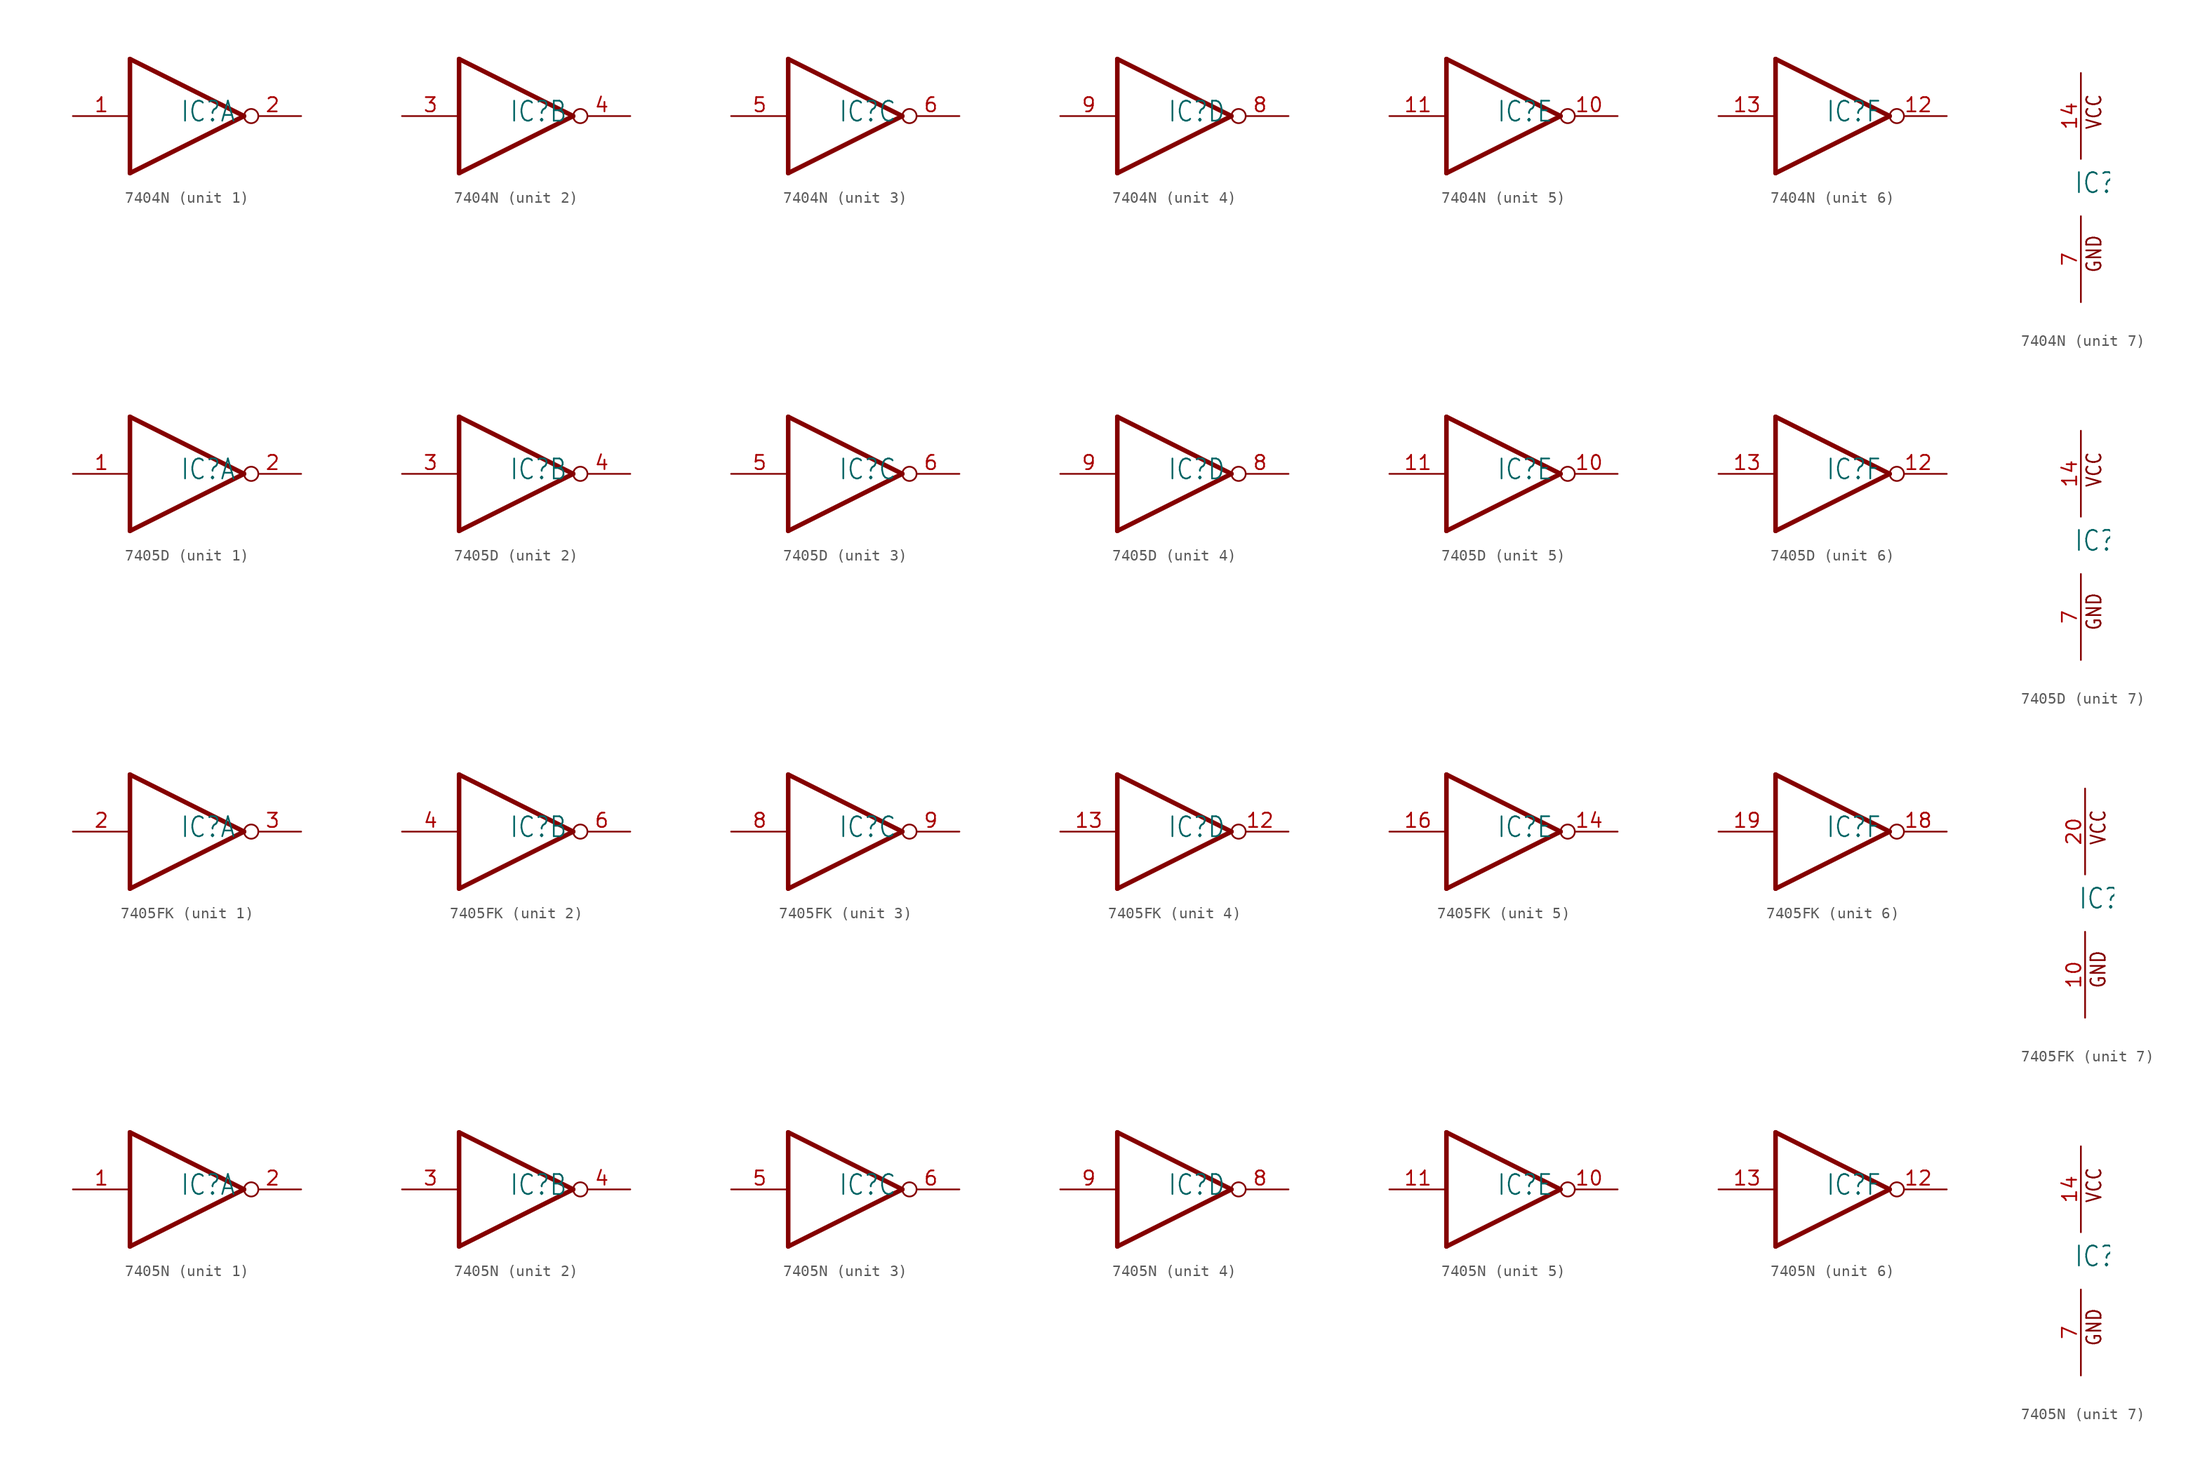
<source format=kicad_sym>
(kicad_symbol_lib
  (version 20220914)
  (generator kicad_symbol_editor)
  (symbol "7404N"
    (property "Reference" "IC"
      (at -0.635 -0.635 0)
      (effects (font (size 1.778 1.511)) (justify left bottom)))
    (property "ki_locked" ""
      (at 0 0 0)
      (effects (font (size 1.27 1.27))))
    (symbol "7404N_1_0"
      (polyline (pts (xy -5.08 -5.08) (xy -5.08 5.08)) (stroke (width 0.406) (type default)) (fill (type none)))
      (polyline (pts (xy -5.08 5.08) (xy 5.08 0)) (stroke (width 0.406) (type default)) (fill (type none)))
      (polyline (pts (xy 5.08 0) (xy -5.08 -5.08)) (stroke (width 0.406) (type default)) (fill (type none)))
      (pin input line (at -10.16 0 0) (length 5.08) (name "I" (effects (font (size 0 0)))) (number "1" (effects (font (size 1.27 1.27)))))
      (pin output inverted (at 10.16 0 180) (length 5.08) (name "O" (effects (font (size 0 0)))) (number "2" (effects (font (size 1.27 1.27))))))
    (symbol "7404N_2_0"
      (polyline (pts (xy -5.08 -5.08) (xy -5.08 5.08)) (stroke (width 0.406) (type default)) (fill (type none)))
      (polyline (pts (xy -5.08 5.08) (xy 5.08 0)) (stroke (width 0.406) (type default)) (fill (type none)))
      (polyline (pts (xy 5.08 0) (xy -5.08 -5.08)) (stroke (width 0.406) (type default)) (fill (type none)))
      (pin input line (at -10.16 0 0) (length 5.08) (name "I" (effects (font (size 0 0)))) (number "3" (effects (font (size 1.27 1.27)))))
      (pin output inverted (at 10.16 0 180) (length 5.08) (name "O" (effects (font (size 0 0)))) (number "4" (effects (font (size 1.27 1.27))))))
    (symbol "7404N_3_0"
      (polyline (pts (xy -5.08 -5.08) (xy -5.08 5.08)) (stroke (width 0.406) (type default)) (fill (type none)))
      (polyline (pts (xy -5.08 5.08) (xy 5.08 0)) (stroke (width 0.406) (type default)) (fill (type none)))
      (polyline (pts (xy 5.08 0) (xy -5.08 -5.08)) (stroke (width 0.406) (type default)) (fill (type none)))
      (pin input line (at -10.16 0 0) (length 5.08) (name "I" (effects (font (size 0 0)))) (number "5" (effects (font (size 1.27 1.27)))))
      (pin output inverted (at 10.16 0 180) (length 5.08) (name "O" (effects (font (size 0 0)))) (number "6" (effects (font (size 1.27 1.27))))))
    (symbol "7404N_4_0"
      (polyline (pts (xy -5.08 -5.08) (xy -5.08 5.08)) (stroke (width 0.406) (type default)) (fill (type none)))
      (polyline (pts (xy -5.08 5.08) (xy 5.08 0)) (stroke (width 0.406) (type default)) (fill (type none)))
      (polyline (pts (xy 5.08 0) (xy -5.08 -5.08)) (stroke (width 0.406) (type default)) (fill (type none)))
      (pin output inverted (at 10.16 0 180) (length 5.08) (name "O" (effects (font (size 0 0)))) (number "8" (effects (font (size 1.27 1.27)))))
      (pin input line (at -10.16 0 0) (length 5.08) (name "I" (effects (font (size 0 0)))) (number "9" (effects (font (size 1.27 1.27))))))
    (symbol "7404N_5_0"
      (polyline (pts (xy -5.08 -5.08) (xy -5.08 5.08)) (stroke (width 0.406) (type default)) (fill (type none)))
      (polyline (pts (xy -5.08 5.08) (xy 5.08 0)) (stroke (width 0.406) (type default)) (fill (type none)))
      (polyline (pts (xy 5.08 0) (xy -5.08 -5.08)) (stroke (width 0.406) (type default)) (fill (type none)))
      (pin output inverted (at 10.16 0 180) (length 5.08) (name "O" (effects (font (size 0 0)))) (number "10" (effects (font (size 1.27 1.27)))))
      (pin input line (at -10.16 0 0) (length 5.08) (name "I" (effects (font (size 0 0)))) (number "11" (effects (font (size 1.27 1.27))))))
    (symbol "7404N_6_0"
      (polyline (pts (xy -5.08 -5.08) (xy -5.08 5.08)) (stroke (width 0.406) (type default)) (fill (type none)))
      (polyline (pts (xy -5.08 5.08) (xy 5.08 0)) (stroke (width 0.406) (type default)) (fill (type none)))
      (polyline (pts (xy 5.08 0) (xy -5.08 -5.08)) (stroke (width 0.406) (type default)) (fill (type none)))
      (pin output inverted (at 10.16 0 180) (length 5.08) (name "O" (effects (font (size 0 0)))) (number "12" (effects (font (size 1.27 1.27)))))
      (pin input line (at -10.16 0 0) (length 5.08) (name "I" (effects (font (size 0 0)))) (number "13" (effects (font (size 1.27 1.27))))))
    (symbol "7404N_7_0"
      (text "GND" (at 1.905 -7.62 900) (effects (font (size 1.27 1.079)) (justify left bottom)))
      (text "VCC" (at 1.905 5.08 900) (effects (font (size 1.27 1.079)) (justify left bottom)))
      (pin power_in line (at 0 10.16 270) (length 7.62) (name "VCC" (effects (font (size 0 0)))) (number "14" (effects (font (size 1.27 1.27)))))
      (pin power_in line (at 0 -10.16 90) (length 7.62) (name "GND" (effects (font (size 0 0)))) (number "7" (effects (font (size 1.27 1.27)))))))
  (symbol "7405D"
    (property "Reference" "IC"
      (at -0.635 -0.635 0)
      (effects (font (size 1.778 1.511)) (justify left bottom)))
    (property "ki_locked" ""
      (at 0 0 0)
      (effects (font (size 1.27 1.27))))
    (symbol "7405D_1_0"
      (polyline (pts (xy -5.08 -5.08) (xy -5.08 5.08)) (stroke (width 0.406) (type default)) (fill (type none)))
      (polyline (pts (xy -5.08 5.08) (xy 5.08 0)) (stroke (width 0.406) (type default)) (fill (type none)))
      (polyline (pts (xy 5.08 0) (xy -5.08 -5.08)) (stroke (width 0.406) (type default)) (fill (type none)))
      (pin input line (at -10.16 0 0) (length 5.08) (name "I" (effects (font (size 0 0)))) (number "1" (effects (font (size 1.27 1.27)))))
      (pin open_collector inverted (at 10.16 0 180) (length 5.08) (name "O" (effects (font (size 0 0)))) (number "2" (effects (font (size 1.27 1.27))))))
    (symbol "7405D_2_0"
      (polyline (pts (xy -5.08 -5.08) (xy -5.08 5.08)) (stroke (width 0.406) (type default)) (fill (type none)))
      (polyline (pts (xy -5.08 5.08) (xy 5.08 0)) (stroke (width 0.406) (type default)) (fill (type none)))
      (polyline (pts (xy 5.08 0) (xy -5.08 -5.08)) (stroke (width 0.406) (type default)) (fill (type none)))
      (pin input line (at -10.16 0 0) (length 5.08) (name "I" (effects (font (size 0 0)))) (number "3" (effects (font (size 1.27 1.27)))))
      (pin open_collector inverted (at 10.16 0 180) (length 5.08) (name "O" (effects (font (size 0 0)))) (number "4" (effects (font (size 1.27 1.27))))))
    (symbol "7405D_3_0"
      (polyline (pts (xy -5.08 -5.08) (xy -5.08 5.08)) (stroke (width 0.406) (type default)) (fill (type none)))
      (polyline (pts (xy -5.08 5.08) (xy 5.08 0)) (stroke (width 0.406) (type default)) (fill (type none)))
      (polyline (pts (xy 5.08 0) (xy -5.08 -5.08)) (stroke (width 0.406) (type default)) (fill (type none)))
      (pin input line (at -10.16 0 0) (length 5.08) (name "I" (effects (font (size 0 0)))) (number "5" (effects (font (size 1.27 1.27)))))
      (pin open_collector inverted (at 10.16 0 180) (length 5.08) (name "O" (effects (font (size 0 0)))) (number "6" (effects (font (size 1.27 1.27))))))
    (symbol "7405D_4_0"
      (polyline (pts (xy -5.08 -5.08) (xy -5.08 5.08)) (stroke (width 0.406) (type default)) (fill (type none)))
      (polyline (pts (xy -5.08 5.08) (xy 5.08 0)) (stroke (width 0.406) (type default)) (fill (type none)))
      (polyline (pts (xy 5.08 0) (xy -5.08 -5.08)) (stroke (width 0.406) (type default)) (fill (type none)))
      (pin open_collector inverted (at 10.16 0 180) (length 5.08) (name "O" (effects (font (size 0 0)))) (number "8" (effects (font (size 1.27 1.27)))))
      (pin input line (at -10.16 0 0) (length 5.08) (name "I" (effects (font (size 0 0)))) (number "9" (effects (font (size 1.27 1.27))))))
    (symbol "7405D_5_0"
      (polyline (pts (xy -5.08 -5.08) (xy -5.08 5.08)) (stroke (width 0.406) (type default)) (fill (type none)))
      (polyline (pts (xy -5.08 5.08) (xy 5.08 0)) (stroke (width 0.406) (type default)) (fill (type none)))
      (polyline (pts (xy 5.08 0) (xy -5.08 -5.08)) (stroke (width 0.406) (type default)) (fill (type none)))
      (pin open_collector inverted (at 10.16 0 180) (length 5.08) (name "O" (effects (font (size 0 0)))) (number "10" (effects (font (size 1.27 1.27)))))
      (pin input line (at -10.16 0 0) (length 5.08) (name "I" (effects (font (size 0 0)))) (number "11" (effects (font (size 1.27 1.27))))))
    (symbol "7405D_6_0"
      (polyline (pts (xy -5.08 -5.08) (xy -5.08 5.08)) (stroke (width 0.406) (type default)) (fill (type none)))
      (polyline (pts (xy -5.08 5.08) (xy 5.08 0)) (stroke (width 0.406) (type default)) (fill (type none)))
      (polyline (pts (xy 5.08 0) (xy -5.08 -5.08)) (stroke (width 0.406) (type default)) (fill (type none)))
      (pin open_collector inverted (at 10.16 0 180) (length 5.08) (name "O" (effects (font (size 0 0)))) (number "12" (effects (font (size 1.27 1.27)))))
      (pin input line (at -10.16 0 0) (length 5.08) (name "I" (effects (font (size 0 0)))) (number "13" (effects (font (size 1.27 1.27))))))
    (symbol "7405D_7_0"
      (text "GND" (at 1.905 -7.62 900) (effects (font (size 1.27 1.079)) (justify left bottom)))
      (text "VCC" (at 1.905 5.08 900) (effects (font (size 1.27 1.079)) (justify left bottom)))
      (pin power_in line (at 0 10.16 270) (length 7.62) (name "VCC" (effects (font (size 0 0)))) (number "14" (effects (font (size 1.27 1.27)))))
      (pin power_in line (at 0 -10.16 90) (length 7.62) (name "GND" (effects (font (size 0 0)))) (number "7" (effects (font (size 1.27 1.27)))))))
  (symbol "7405FK"
    (property "Reference" "IC"
      (at -0.635 -0.635 0)
      (effects (font (size 1.778 1.511)) (justify left bottom)))
    (property "ki_locked" ""
      (at 0 0 0)
      (effects (font (size 1.27 1.27))))
    (symbol "7405FK_1_0"
      (polyline (pts (xy -5.08 -5.08) (xy -5.08 5.08)) (stroke (width 0.406) (type default)) (fill (type none)))
      (polyline (pts (xy -5.08 5.08) (xy 5.08 0)) (stroke (width 0.406) (type default)) (fill (type none)))
      (polyline (pts (xy 5.08 0) (xy -5.08 -5.08)) (stroke (width 0.406) (type default)) (fill (type none)))
      (pin input line (at -10.16 0 0) (length 5.08) (name "I" (effects (font (size 0 0)))) (number "2" (effects (font (size 1.27 1.27)))))
      (pin open_collector inverted (at 10.16 0 180) (length 5.08) (name "O" (effects (font (size 0 0)))) (number "3" (effects (font (size 1.27 1.27))))))
    (symbol "7405FK_2_0"
      (polyline (pts (xy -5.08 -5.08) (xy -5.08 5.08)) (stroke (width 0.406) (type default)) (fill (type none)))
      (polyline (pts (xy -5.08 5.08) (xy 5.08 0)) (stroke (width 0.406) (type default)) (fill (type none)))
      (polyline (pts (xy 5.08 0) (xy -5.08 -5.08)) (stroke (width 0.406) (type default)) (fill (type none)))
      (pin input line (at -10.16 0 0) (length 5.08) (name "I" (effects (font (size 0 0)))) (number "4" (effects (font (size 1.27 1.27)))))
      (pin open_collector inverted (at 10.16 0 180) (length 5.08) (name "O" (effects (font (size 0 0)))) (number "6" (effects (font (size 1.27 1.27))))))
    (symbol "7405FK_3_0"
      (polyline (pts (xy -5.08 -5.08) (xy -5.08 5.08)) (stroke (width 0.406) (type default)) (fill (type none)))
      (polyline (pts (xy -5.08 5.08) (xy 5.08 0)) (stroke (width 0.406) (type default)) (fill (type none)))
      (polyline (pts (xy 5.08 0) (xy -5.08 -5.08)) (stroke (width 0.406) (type default)) (fill (type none)))
      (pin input line (at -10.16 0 0) (length 5.08) (name "I" (effects (font (size 0 0)))) (number "8" (effects (font (size 1.27 1.27)))))
      (pin open_collector inverted (at 10.16 0 180) (length 5.08) (name "O" (effects (font (size 0 0)))) (number "9" (effects (font (size 1.27 1.27))))))
    (symbol "7405FK_4_0"
      (polyline (pts (xy -5.08 -5.08) (xy -5.08 5.08)) (stroke (width 0.406) (type default)) (fill (type none)))
      (polyline (pts (xy -5.08 5.08) (xy 5.08 0)) (stroke (width 0.406) (type default)) (fill (type none)))
      (polyline (pts (xy 5.08 0) (xy -5.08 -5.08)) (stroke (width 0.406) (type default)) (fill (type none)))
      (pin open_collector inverted (at 10.16 0 180) (length 5.08) (name "O" (effects (font (size 0 0)))) (number "12" (effects (font (size 1.27 1.27)))))
      (pin input line (at -10.16 0 0) (length 5.08) (name "I" (effects (font (size 0 0)))) (number "13" (effects (font (size 1.27 1.27))))))
    (symbol "7405FK_5_0"
      (polyline (pts (xy -5.08 -5.08) (xy -5.08 5.08)) (stroke (width 0.406) (type default)) (fill (type none)))
      (polyline (pts (xy -5.08 5.08) (xy 5.08 0)) (stroke (width 0.406) (type default)) (fill (type none)))
      (polyline (pts (xy 5.08 0) (xy -5.08 -5.08)) (stroke (width 0.406) (type default)) (fill (type none)))
      (pin open_collector inverted (at 10.16 0 180) (length 5.08) (name "O" (effects (font (size 0 0)))) (number "14" (effects (font (size 1.27 1.27)))))
      (pin input line (at -10.16 0 0) (length 5.08) (name "I" (effects (font (size 0 0)))) (number "16" (effects (font (size 1.27 1.27))))))
    (symbol "7405FK_6_0"
      (polyline (pts (xy -5.08 -5.08) (xy -5.08 5.08)) (stroke (width 0.406) (type default)) (fill (type none)))
      (polyline (pts (xy -5.08 5.08) (xy 5.08 0)) (stroke (width 0.406) (type default)) (fill (type none)))
      (polyline (pts (xy 5.08 0) (xy -5.08 -5.08)) (stroke (width 0.406) (type default)) (fill (type none)))
      (pin open_collector inverted (at 10.16 0 180) (length 5.08) (name "O" (effects (font (size 0 0)))) (number "18" (effects (font (size 1.27 1.27)))))
      (pin input line (at -10.16 0 0) (length 5.08) (name "I" (effects (font (size 0 0)))) (number "19" (effects (font (size 1.27 1.27))))))
    (symbol "7405FK_7_0"
      (text "GND" (at 1.905 -7.62 900) (effects (font (size 1.27 1.079)) (justify left bottom)))
      (text "VCC" (at 1.905 5.08 900) (effects (font (size 1.27 1.079)) (justify left bottom)))
      (pin power_in line (at 0 -10.16 90) (length 7.62) (name "GND" (effects (font (size 0 0)))) (number "10" (effects (font (size 1.27 1.27)))))
      (pin power_in line (at 0 10.16 270) (length 7.62) (name "VCC" (effects (font (size 0 0)))) (number "20" (effects (font (size 1.27 1.27)))))))
  (symbol "7405N"
    (property "Reference" "IC"
      (at -0.635 -0.635 0)
      (effects (font (size 1.778 1.511)) (justify left bottom)))
    (property "ki_locked" ""
      (at 0 0 0)
      (effects (font (size 1.27 1.27))))
    (symbol "7405N_1_0"
      (polyline (pts (xy -5.08 -5.08) (xy -5.08 5.08)) (stroke (width 0.406) (type default)) (fill (type none)))
      (polyline (pts (xy -5.08 5.08) (xy 5.08 0)) (stroke (width 0.406) (type default)) (fill (type none)))
      (polyline (pts (xy 5.08 0) (xy -5.08 -5.08)) (stroke (width 0.406) (type default)) (fill (type none)))
      (pin input line (at -10.16 0 0) (length 5.08) (name "I" (effects (font (size 0 0)))) (number "1" (effects (font (size 1.27 1.27)))))
      (pin open_collector inverted (at 10.16 0 180) (length 5.08) (name "O" (effects (font (size 0 0)))) (number "2" (effects (font (size 1.27 1.27))))))
    (symbol "7405N_2_0"
      (polyline (pts (xy -5.08 -5.08) (xy -5.08 5.08)) (stroke (width 0.406) (type default)) (fill (type none)))
      (polyline (pts (xy -5.08 5.08) (xy 5.08 0)) (stroke (width 0.406) (type default)) (fill (type none)))
      (polyline (pts (xy 5.08 0) (xy -5.08 -5.08)) (stroke (width 0.406) (type default)) (fill (type none)))
      (pin input line (at -10.16 0 0) (length 5.08) (name "I" (effects (font (size 0 0)))) (number "3" (effects (font (size 1.27 1.27)))))
      (pin open_collector inverted (at 10.16 0 180) (length 5.08) (name "O" (effects (font (size 0 0)))) (number "4" (effects (font (size 1.27 1.27))))))
    (symbol "7405N_3_0"
      (polyline (pts (xy -5.08 -5.08) (xy -5.08 5.08)) (stroke (width 0.406) (type default)) (fill (type none)))
      (polyline (pts (xy -5.08 5.08) (xy 5.08 0)) (stroke (width 0.406) (type default)) (fill (type none)))
      (polyline (pts (xy 5.08 0) (xy -5.08 -5.08)) (stroke (width 0.406) (type default)) (fill (type none)))
      (pin input line (at -10.16 0 0) (length 5.08) (name "I" (effects (font (size 0 0)))) (number "5" (effects (font (size 1.27 1.27)))))
      (pin open_collector inverted (at 10.16 0 180) (length 5.08) (name "O" (effects (font (size 0 0)))) (number "6" (effects (font (size 1.27 1.27))))))
    (symbol "7405N_4_0"
      (polyline (pts (xy -5.08 -5.08) (xy -5.08 5.08)) (stroke (width 0.406) (type default)) (fill (type none)))
      (polyline (pts (xy -5.08 5.08) (xy 5.08 0)) (stroke (width 0.406) (type default)) (fill (type none)))
      (polyline (pts (xy 5.08 0) (xy -5.08 -5.08)) (stroke (width 0.406) (type default)) (fill (type none)))
      (pin open_collector inverted (at 10.16 0 180) (length 5.08) (name "O" (effects (font (size 0 0)))) (number "8" (effects (font (size 1.27 1.27)))))
      (pin input line (at -10.16 0 0) (length 5.08) (name "I" (effects (font (size 0 0)))) (number "9" (effects (font (size 1.27 1.27))))))
    (symbol "7405N_5_0"
      (polyline (pts (xy -5.08 -5.08) (xy -5.08 5.08)) (stroke (width 0.406) (type default)) (fill (type none)))
      (polyline (pts (xy -5.08 5.08) (xy 5.08 0)) (stroke (width 0.406) (type default)) (fill (type none)))
      (polyline (pts (xy 5.08 0) (xy -5.08 -5.08)) (stroke (width 0.406) (type default)) (fill (type none)))
      (pin open_collector inverted (at 10.16 0 180) (length 5.08) (name "O" (effects (font (size 0 0)))) (number "10" (effects (font (size 1.27 1.27)))))
      (pin input line (at -10.16 0 0) (length 5.08) (name "I" (effects (font (size 0 0)))) (number "11" (effects (font (size 1.27 1.27))))))
    (symbol "7405N_6_0"
      (polyline (pts (xy -5.08 -5.08) (xy -5.08 5.08)) (stroke (width 0.406) (type default)) (fill (type none)))
      (polyline (pts (xy -5.08 5.08) (xy 5.08 0)) (stroke (width 0.406) (type default)) (fill (type none)))
      (polyline (pts (xy 5.08 0) (xy -5.08 -5.08)) (stroke (width 0.406) (type default)) (fill (type none)))
      (pin open_collector inverted (at 10.16 0 180) (length 5.08) (name "O" (effects (font (size 0 0)))) (number "12" (effects (font (size 1.27 1.27)))))
      (pin input line (at -10.16 0 0) (length 5.08) (name "I" (effects (font (size 0 0)))) (number "13" (effects (font (size 1.27 1.27))))))
    (symbol "7405N_7_0"
      (text "GND" (at 1.905 -7.62 900) (effects (font (size 1.27 1.079)) (justify left bottom)))
      (text "VCC" (at 1.905 5.08 900) (effects (font (size 1.27 1.079)) (justify left bottom)))
      (pin power_in line (at 0 10.16 270) (length 7.62) (name "VCC" (effects (font (size 0 0)))) (number "14" (effects (font (size 1.27 1.27)))))
      (pin power_in line (at 0 -10.16 90) (length 7.62) (name "GND" (effects (font (size 0 0)))) (number "7" (effects (font (size 1.27 1.27))))))))
</source>
